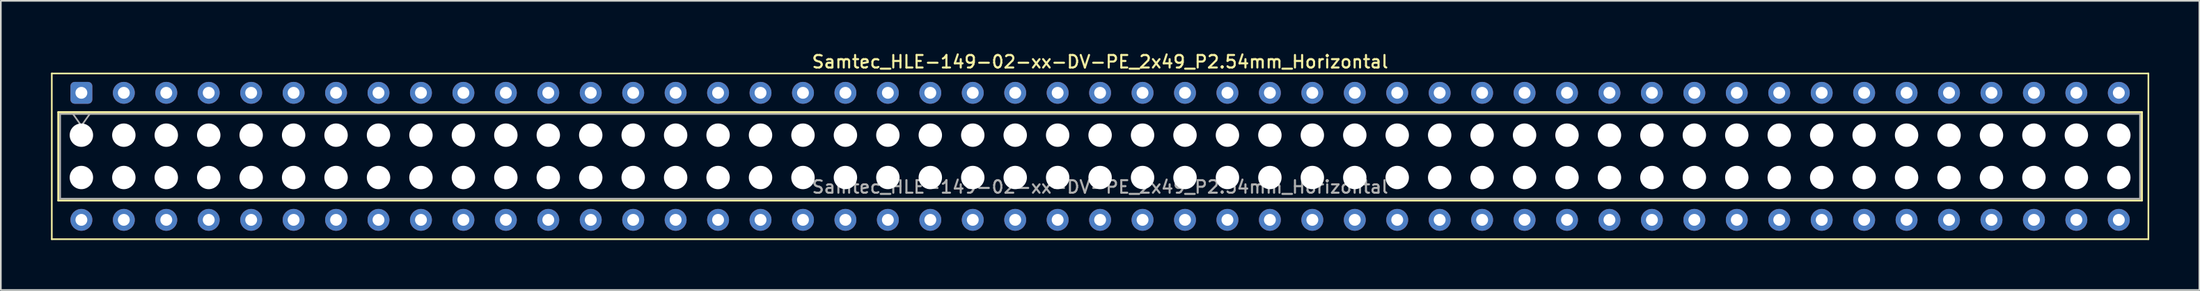
<source format=kicad_pcb>
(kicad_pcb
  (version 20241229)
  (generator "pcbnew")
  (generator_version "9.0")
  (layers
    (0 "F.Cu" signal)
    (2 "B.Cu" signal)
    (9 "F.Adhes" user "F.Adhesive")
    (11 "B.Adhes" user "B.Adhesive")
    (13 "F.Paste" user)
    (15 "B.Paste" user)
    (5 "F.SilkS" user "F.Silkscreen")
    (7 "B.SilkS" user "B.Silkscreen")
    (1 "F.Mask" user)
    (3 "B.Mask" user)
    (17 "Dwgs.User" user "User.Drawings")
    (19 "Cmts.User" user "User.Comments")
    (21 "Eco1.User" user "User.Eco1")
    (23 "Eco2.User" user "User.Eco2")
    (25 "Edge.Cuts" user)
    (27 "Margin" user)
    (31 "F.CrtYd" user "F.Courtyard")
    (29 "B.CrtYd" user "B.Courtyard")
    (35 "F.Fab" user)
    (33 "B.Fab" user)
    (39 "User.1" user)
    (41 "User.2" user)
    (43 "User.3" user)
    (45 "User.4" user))
  (footprint "Samtec_HLE-149-02-xx-DV-PE_2x49_P2.54mm_Horizontal"
    (layer "F.Cu")
    (at 1.82 2.518)
    (property "Reference" "Samtec_HLE-149-02-xx-DV-PE_2x49_P2.54mm_Horizontal" (at 60.96 -1.86 0) (layer "F.SilkS") (effects (font (size 0.75 0.75) (thickness 0.125))))
    (attr through_hole)
    (fp_line (start -1.77 -1.16) (end 123.69 -1.16) (stroke (width 0.1) (type solid)) (layer "F.SilkS"))
    (fp_line (start -1.77 8.78) (end -1.77 -1.16) (stroke (width 0.1) (type solid)) (layer "F.SilkS"))
    (fp_line (start -1.38 1.16) (end 123.3 1.16) (stroke (width 0.12) (type solid)) (layer "F.SilkS"))
    (fp_line (start -1.38 6.46) (end -1.38 1.16) (stroke (width 0.12) (type solid)) (layer "F.SilkS"))
    (fp_line (start 123.3 1.16) (end 123.3 6.46) (stroke (width 0.12) (type solid)) (layer "F.SilkS"))
    (fp_line (start 123.3 6.46) (end -1.38 6.46) (stroke (width 0.12) (type solid)) (layer "F.SilkS"))
    (fp_line (start 123.69 -1.16) (end 123.69 8.78) (stroke (width 0.1) (type solid)) (layer "F.SilkS"))
    (fp_line (start 123.69 8.78) (end -1.77 8.78) (stroke (width 0.1) (type solid)) (layer "F.SilkS"))
    (fp_line (start -1.27 1.27) (end 123.19 1.27) (stroke (width 0.1) (type solid)) (layer "F.Fab"))
    (fp_line (start -1.27 6.35) (end -1.27 1.27) (stroke (width 0.1) (type solid)) (layer "F.Fab"))
    (fp_line (start -0.5 1.27) (end 0 1.977) (stroke (width 0.1) (type solid)) (layer "F.Fab"))
    (fp_line (start 0 1.977) (end 0.5 1.27) (stroke (width 0.1) (type solid)) (layer "F.Fab"))
    (fp_line (start 123.19 1.27) (end 123.19 6.35) (stroke (width 0.1) (type solid)) (layer "F.Fab"))
    (fp_line (start 123.19 6.35) (end -1.27 6.35) (stroke (width 0.1) (type solid)) (layer "F.Fab"))
    (fp_text user "${REFERENCE}" (at 60.96 5.65 0) (layer "F.Fab") (effects (font (size 0.75 0.75) (thickness 0.125))))
    (pad "" np_thru_hole circle (at 0 2.54) (size 1.4 1.4) (drill 1.4) (layers "*.Cu" "*.Mask"))
    (pad "" np_thru_hole circle (at 0 5.08) (size 1.4 1.4) (drill 1.4) (layers "*.Cu" "*.Mask"))
    (pad "" np_thru_hole circle (at 2.54 2.54) (size 1.4 1.4) (drill 1.4) (layers "*.Cu" "*.Mask"))
    (pad "" np_thru_hole circle (at 2.54 5.08) (size 1.4 1.4) (drill 1.4) (layers "*.Cu" "*.Mask"))
    (pad "" np_thru_hole circle (at 5.08 2.54) (size 1.4 1.4) (drill 1.4) (layers "*.Cu" "*.Mask"))
    (pad "" np_thru_hole circle (at 5.08 5.08) (size 1.4 1.4) (drill 1.4) (layers "*.Cu" "*.Mask"))
    (pad "" np_thru_hole circle (at 7.62 2.54) (size 1.4 1.4) (drill 1.4) (layers "*.Cu" "*.Mask"))
    (pad "" np_thru_hole circle (at 7.62 5.08) (size 1.4 1.4) (drill 1.4) (layers "*.Cu" "*.Mask"))
    (pad "" np_thru_hole circle (at 10.16 2.54) (size 1.4 1.4) (drill 1.4) (layers "*.Cu" "*.Mask"))
    (pad "" np_thru_hole circle (at 10.16 5.08) (size 1.4 1.4) (drill 1.4) (layers "*.Cu" "*.Mask"))
    (pad "" np_thru_hole circle (at 12.7 2.54) (size 1.4 1.4) (drill 1.4) (layers "*.Cu" "*.Mask"))
    (pad "" np_thru_hole circle (at 12.7 5.08) (size 1.4 1.4) (drill 1.4) (layers "*.Cu" "*.Mask"))
    (pad "" np_thru_hole circle (at 15.24 2.54) (size 1.4 1.4) (drill 1.4) (layers "*.Cu" "*.Mask"))
    (pad "" np_thru_hole circle (at 15.24 5.08) (size 1.4 1.4) (drill 1.4) (layers "*.Cu" "*.Mask"))
    (pad "" np_thru_hole circle (at 17.78 2.54) (size 1.4 1.4) (drill 1.4) (layers "*.Cu" "*.Mask"))
    (pad "" np_thru_hole circle (at 17.78 5.08) (size 1.4 1.4) (drill 1.4) (layers "*.Cu" "*.Mask"))
    (pad "" np_thru_hole circle (at 20.32 2.54) (size 1.4 1.4) (drill 1.4) (layers "*.Cu" "*.Mask"))
    (pad "" np_thru_hole circle (at 20.32 5.08) (size 1.4 1.4) (drill 1.4) (layers "*.Cu" "*.Mask"))
    (pad "" np_thru_hole circle (at 22.86 2.54) (size 1.4 1.4) (drill 1.4) (layers "*.Cu" "*.Mask"))
    (pad "" np_thru_hole circle (at 22.86 5.08) (size 1.4 1.4) (drill 1.4) (layers "*.Cu" "*.Mask"))
    (pad "" np_thru_hole circle (at 25.4 2.54) (size 1.4 1.4) (drill 1.4) (layers "*.Cu" "*.Mask"))
    (pad "" np_thru_hole circle (at 25.4 5.08) (size 1.4 1.4) (drill 1.4) (layers "*.Cu" "*.Mask"))
    (pad "" np_thru_hole circle (at 27.94 2.54) (size 1.4 1.4) (drill 1.4) (layers "*.Cu" "*.Mask"))
    (pad "" np_thru_hole circle (at 27.94 5.08) (size 1.4 1.4) (drill 1.4) (layers "*.Cu" "*.Mask"))
    (pad "" np_thru_hole circle (at 30.48 2.54) (size 1.4 1.4) (drill 1.4) (layers "*.Cu" "*.Mask"))
    (pad "" np_thru_hole circle (at 30.48 5.08) (size 1.4 1.4) (drill 1.4) (layers "*.Cu" "*.Mask"))
    (pad "" np_thru_hole circle (at 33.02 2.54) (size 1.4 1.4) (drill 1.4) (layers "*.Cu" "*.Mask"))
    (pad "" np_thru_hole circle (at 33.02 5.08) (size 1.4 1.4) (drill 1.4) (layers "*.Cu" "*.Mask"))
    (pad "" np_thru_hole circle (at 35.56 2.54) (size 1.4 1.4) (drill 1.4) (layers "*.Cu" "*.Mask"))
    (pad "" np_thru_hole circle (at 35.56 5.08) (size 1.4 1.4) (drill 1.4) (layers "*.Cu" "*.Mask"))
    (pad "" np_thru_hole circle (at 38.1 2.54) (size 1.4 1.4) (drill 1.4) (layers "*.Cu" "*.Mask"))
    (pad "" np_thru_hole circle (at 38.1 5.08) (size 1.4 1.4) (drill 1.4) (layers "*.Cu" "*.Mask"))
    (pad "" np_thru_hole circle (at 40.64 2.54) (size 1.4 1.4) (drill 1.4) (layers "*.Cu" "*.Mask"))
    (pad "" np_thru_hole circle (at 40.64 5.08) (size 1.4 1.4) (drill 1.4) (layers "*.Cu" "*.Mask"))
    (pad "" np_thru_hole circle (at 43.18 2.54) (size 1.4 1.4) (drill 1.4) (layers "*.Cu" "*.Mask"))
    (pad "" np_thru_hole circle (at 43.18 5.08) (size 1.4 1.4) (drill 1.4) (layers "*.Cu" "*.Mask"))
    (pad "" np_thru_hole circle (at 45.72 2.54) (size 1.4 1.4) (drill 1.4) (layers "*.Cu" "*.Mask"))
    (pad "" np_thru_hole circle (at 45.72 5.08) (size 1.4 1.4) (drill 1.4) (layers "*.Cu" "*.Mask"))
    (pad "" np_thru_hole circle (at 48.26 2.54) (size 1.4 1.4) (drill 1.4) (layers "*.Cu" "*.Mask"))
    (pad "" np_thru_hole circle (at 48.26 5.08) (size 1.4 1.4) (drill 1.4) (layers "*.Cu" "*.Mask"))
    (pad "" np_thru_hole circle (at 50.8 2.54) (size 1.4 1.4) (drill 1.4) (layers "*.Cu" "*.Mask"))
    (pad "" np_thru_hole circle (at 50.8 5.08) (size 1.4 1.4) (drill 1.4) (layers "*.Cu" "*.Mask"))
    (pad "" np_thru_hole circle (at 53.34 2.54) (size 1.4 1.4) (drill 1.4) (layers "*.Cu" "*.Mask"))
    (pad "" np_thru_hole circle (at 53.34 5.08) (size 1.4 1.4) (drill 1.4) (layers "*.Cu" "*.Mask"))
    (pad "" np_thru_hole circle (at 55.88 2.54) (size 1.4 1.4) (drill 1.4) (layers "*.Cu" "*.Mask"))
    (pad "" np_thru_hole circle (at 55.88 5.08) (size 1.4 1.4) (drill 1.4) (layers "*.Cu" "*.Mask"))
    (pad "" np_thru_hole circle (at 58.42 2.54) (size 1.4 1.4) (drill 1.4) (layers "*.Cu" "*.Mask"))
    (pad "" np_thru_hole circle (at 58.42 5.08) (size 1.4 1.4) (drill 1.4) (layers "*.Cu" "*.Mask"))
    (pad "" np_thru_hole circle (at 60.96 2.54) (size 1.4 1.4) (drill 1.4) (layers "*.Cu" "*.Mask"))
    (pad "" np_thru_hole circle (at 60.96 5.08) (size 1.4 1.4) (drill 1.4) (layers "*.Cu" "*.Mask"))
    (pad "" np_thru_hole circle (at 63.5 2.54) (size 1.4 1.4) (drill 1.4) (layers "*.Cu" "*.Mask"))
    (pad "" np_thru_hole circle (at 63.5 5.08) (size 1.4 1.4) (drill 1.4) (layers "*.Cu" "*.Mask"))
    (pad "" np_thru_hole circle (at 66.04 2.54) (size 1.4 1.4) (drill 1.4) (layers "*.Cu" "*.Mask"))
    (pad "" np_thru_hole circle (at 66.04 5.08) (size 1.4 1.4) (drill 1.4) (layers "*.Cu" "*.Mask"))
    (pad "" np_thru_hole circle (at 68.58 2.54) (size 1.4 1.4) (drill 1.4) (layers "*.Cu" "*.Mask"))
    (pad "" np_thru_hole circle (at 68.58 5.08) (size 1.4 1.4) (drill 1.4) (layers "*.Cu" "*.Mask"))
    (pad "" np_thru_hole circle (at 71.12 2.54) (size 1.4 1.4) (drill 1.4) (layers "*.Cu" "*.Mask"))
    (pad "" np_thru_hole circle (at 71.12 5.08) (size 1.4 1.4) (drill 1.4) (layers "*.Cu" "*.Mask"))
    (pad "" np_thru_hole circle (at 73.66 2.54) (size 1.4 1.4) (drill 1.4) (layers "*.Cu" "*.Mask"))
    (pad "" np_thru_hole circle (at 73.66 5.08) (size 1.4 1.4) (drill 1.4) (layers "*.Cu" "*.Mask"))
    (pad "" np_thru_hole circle (at 76.2 2.54) (size 1.4 1.4) (drill 1.4) (layers "*.Cu" "*.Mask"))
    (pad "" np_thru_hole circle (at 76.2 5.08) (size 1.4 1.4) (drill 1.4) (layers "*.Cu" "*.Mask"))
    (pad "" np_thru_hole circle (at 78.74 2.54) (size 1.4 1.4) (drill 1.4) (layers "*.Cu" "*.Mask"))
    (pad "" np_thru_hole circle (at 78.74 5.08) (size 1.4 1.4) (drill 1.4) (layers "*.Cu" "*.Mask"))
    (pad "" np_thru_hole circle (at 81.28 2.54) (size 1.4 1.4) (drill 1.4) (layers "*.Cu" "*.Mask"))
    (pad "" np_thru_hole circle (at 81.28 5.08) (size 1.4 1.4) (drill 1.4) (layers "*.Cu" "*.Mask"))
    (pad "" np_thru_hole circle (at 83.82 2.54) (size 1.4 1.4) (drill 1.4) (layers "*.Cu" "*.Mask"))
    (pad "" np_thru_hole circle (at 83.82 5.08) (size 1.4 1.4) (drill 1.4) (layers "*.Cu" "*.Mask"))
    (pad "" np_thru_hole circle (at 86.36 2.54) (size 1.4 1.4) (drill 1.4) (layers "*.Cu" "*.Mask"))
    (pad "" np_thru_hole circle (at 86.36 5.08) (size 1.4 1.4) (drill 1.4) (layers "*.Cu" "*.Mask"))
    (pad "" np_thru_hole circle (at 88.9 2.54) (size 1.4 1.4) (drill 1.4) (layers "*.Cu" "*.Mask"))
    (pad "" np_thru_hole circle (at 88.9 5.08) (size 1.4 1.4) (drill 1.4) (layers "*.Cu" "*.Mask"))
    (pad "" np_thru_hole circle (at 91.44 2.54) (size 1.4 1.4) (drill 1.4) (layers "*.Cu" "*.Mask"))
    (pad "" np_thru_hole circle (at 91.44 5.08) (size 1.4 1.4) (drill 1.4) (layers "*.Cu" "*.Mask"))
    (pad "" np_thru_hole circle (at 93.98 2.54) (size 1.4 1.4) (drill 1.4) (layers "*.Cu" "*.Mask"))
    (pad "" np_thru_hole circle (at 93.98 5.08) (size 1.4 1.4) (drill 1.4) (layers "*.Cu" "*.Mask"))
    (pad "" np_thru_hole circle (at 96.52 2.54) (size 1.4 1.4) (drill 1.4) (layers "*.Cu" "*.Mask"))
    (pad "" np_thru_hole circle (at 96.52 5.08) (size 1.4 1.4) (drill 1.4) (layers "*.Cu" "*.Mask"))
    (pad "" np_thru_hole circle (at 99.06 2.54) (size 1.4 1.4) (drill 1.4) (layers "*.Cu" "*.Mask"))
    (pad "" np_thru_hole circle (at 99.06 5.08) (size 1.4 1.4) (drill 1.4) (layers "*.Cu" "*.Mask"))
    (pad "" np_thru_hole circle (at 101.6 2.54) (size 1.4 1.4) (drill 1.4) (layers "*.Cu" "*.Mask"))
    (pad "" np_thru_hole circle (at 101.6 5.08) (size 1.4 1.4) (drill 1.4) (layers "*.Cu" "*.Mask"))
    (pad "" np_thru_hole circle (at 104.14 2.54) (size 1.4 1.4) (drill 1.4) (layers "*.Cu" "*.Mask"))
    (pad "" np_thru_hole circle (at 104.14 5.08) (size 1.4 1.4) (drill 1.4) (layers "*.Cu" "*.Mask"))
    (pad "" np_thru_hole circle (at 106.68 2.54) (size 1.4 1.4) (drill 1.4) (layers "*.Cu" "*.Mask"))
    (pad "" np_thru_hole circle (at 106.68 5.08) (size 1.4 1.4) (drill 1.4) (layers "*.Cu" "*.Mask"))
    (pad "" np_thru_hole circle (at 109.22 2.54) (size 1.4 1.4) (drill 1.4) (layers "*.Cu" "*.Mask"))
    (pad "" np_thru_hole circle (at 109.22 5.08) (size 1.4 1.4) (drill 1.4) (layers "*.Cu" "*.Mask"))
    (pad "" np_thru_hole circle (at 111.76 2.54) (size 1.4 1.4) (drill 1.4) (layers "*.Cu" "*.Mask"))
    (pad "" np_thru_hole circle (at 111.76 5.08) (size 1.4 1.4) (drill 1.4) (layers "*.Cu" "*.Mask"))
    (pad "" np_thru_hole circle (at 114.3 2.54) (size 1.4 1.4) (drill 1.4) (layers "*.Cu" "*.Mask"))
    (pad "" np_thru_hole circle (at 114.3 5.08) (size 1.4 1.4) (drill 1.4) (layers "*.Cu" "*.Mask"))
    (pad "" np_thru_hole circle (at 116.84 2.54) (size 1.4 1.4) (drill 1.4) (layers "*.Cu" "*.Mask"))
    (pad "" np_thru_hole circle (at 116.84 5.08) (size 1.4 1.4) (drill 1.4) (layers "*.Cu" "*.Mask"))
    (pad "" np_thru_hole circle (at 119.38 2.54) (size 1.4 1.4) (drill 1.4) (layers "*.Cu" "*.Mask"))
    (pad "" np_thru_hole circle (at 119.38 5.08) (size 1.4 1.4) (drill 1.4) (layers "*.Cu" "*.Mask"))
    (pad "" np_thru_hole circle (at 121.92 2.54) (size 1.4 1.4) (drill 1.4) (layers "*.Cu" "*.Mask"))
    (pad "" np_thru_hole circle (at 121.92 5.08) (size 1.4 1.4) (drill 1.4) (layers "*.Cu" "*.Mask"))
    (pad "1" thru_hole roundrect (at 0 0) (size 1.31 1.31) (drill 0.71) (layers "*.Cu" "*.Mask") (roundrect_rratio 0.191))
    (pad "2" thru_hole circle (at 0 7.62) (size 1.31 1.31) (drill 0.71) (layers "*.Cu" "*.Mask"))
    (pad "3" thru_hole circle (at 2.54 0) (size 1.31 1.31) (drill 0.71) (layers "*.Cu" "*.Mask"))
    (pad "4" thru_hole circle (at 2.54 7.62) (size 1.31 1.31) (drill 0.71) (layers "*.Cu" "*.Mask"))
    (pad "5" thru_hole circle (at 5.08 0) (size 1.31 1.31) (drill 0.71) (layers "*.Cu" "*.Mask"))
    (pad "6" thru_hole circle (at 5.08 7.62) (size 1.31 1.31) (drill 0.71) (layers "*.Cu" "*.Mask"))
    (pad "7" thru_hole circle (at 7.62 0) (size 1.31 1.31) (drill 0.71) (layers "*.Cu" "*.Mask"))
    (pad "8" thru_hole circle (at 7.62 7.62) (size 1.31 1.31) (drill 0.71) (layers "*.Cu" "*.Mask"))
    (pad "9" thru_hole circle (at 10.16 0) (size 1.31 1.31) (drill 0.71) (layers "*.Cu" "*.Mask"))
    (pad "10" thru_hole circle (at 10.16 7.62) (size 1.31 1.31) (drill 0.71) (layers "*.Cu" "*.Mask"))
    (pad "11" thru_hole circle (at 12.7 0) (size 1.31 1.31) (drill 0.71) (layers "*.Cu" "*.Mask"))
    (pad "12" thru_hole circle (at 12.7 7.62) (size 1.31 1.31) (drill 0.71) (layers "*.Cu" "*.Mask"))
    (pad "13" thru_hole circle (at 15.24 0) (size 1.31 1.31) (drill 0.71) (layers "*.Cu" "*.Mask"))
    (pad "14" thru_hole circle (at 15.24 7.62) (size 1.31 1.31) (drill 0.71) (layers "*.Cu" "*.Mask"))
    (pad "15" thru_hole circle (at 17.78 0) (size 1.31 1.31) (drill 0.71) (layers "*.Cu" "*.Mask"))
    (pad "16" thru_hole circle (at 17.78 7.62) (size 1.31 1.31) (drill 0.71) (layers "*.Cu" "*.Mask"))
    (pad "17" thru_hole circle (at 20.32 0) (size 1.31 1.31) (drill 0.71) (layers "*.Cu" "*.Mask"))
    (pad "18" thru_hole circle (at 20.32 7.62) (size 1.31 1.31) (drill 0.71) (layers "*.Cu" "*.Mask"))
    (pad "19" thru_hole circle (at 22.86 0) (size 1.31 1.31) (drill 0.71) (layers "*.Cu" "*.Mask"))
    (pad "20" thru_hole circle (at 22.86 7.62) (size 1.31 1.31) (drill 0.71) (layers "*.Cu" "*.Mask"))
    (pad "21" thru_hole circle (at 25.4 0) (size 1.31 1.31) (drill 0.71) (layers "*.Cu" "*.Mask"))
    (pad "22" thru_hole circle (at 25.4 7.62) (size 1.31 1.31) (drill 0.71) (layers "*.Cu" "*.Mask"))
    (pad "23" thru_hole circle (at 27.94 0) (size 1.31 1.31) (drill 0.71) (layers "*.Cu" "*.Mask"))
    (pad "24" thru_hole circle (at 27.94 7.62) (size 1.31 1.31) (drill 0.71) (layers "*.Cu" "*.Mask"))
    (pad "25" thru_hole circle (at 30.48 0) (size 1.31 1.31) (drill 0.71) (layers "*.Cu" "*.Mask"))
    (pad "26" thru_hole circle (at 30.48 7.62) (size 1.31 1.31) (drill 0.71) (layers "*.Cu" "*.Mask"))
    (pad "27" thru_hole circle (at 33.02 0) (size 1.31 1.31) (drill 0.71) (layers "*.Cu" "*.Mask"))
    (pad "28" thru_hole circle (at 33.02 7.62) (size 1.31 1.31) (drill 0.71) (layers "*.Cu" "*.Mask"))
    (pad "29" thru_hole circle (at 35.56 0) (size 1.31 1.31) (drill 0.71) (layers "*.Cu" "*.Mask"))
    (pad "30" thru_hole circle (at 35.56 7.62) (size 1.31 1.31) (drill 0.71) (layers "*.Cu" "*.Mask"))
    (pad "31" thru_hole circle (at 38.1 0) (size 1.31 1.31) (drill 0.71) (layers "*.Cu" "*.Mask"))
    (pad "32" thru_hole circle (at 38.1 7.62) (size 1.31 1.31) (drill 0.71) (layers "*.Cu" "*.Mask"))
    (pad "33" thru_hole circle (at 40.64 0) (size 1.31 1.31) (drill 0.71) (layers "*.Cu" "*.Mask"))
    (pad "34" thru_hole circle (at 40.64 7.62) (size 1.31 1.31) (drill 0.71) (layers "*.Cu" "*.Mask"))
    (pad "35" thru_hole circle (at 43.18 0) (size 1.31 1.31) (drill 0.71) (layers "*.Cu" "*.Mask"))
    (pad "36" thru_hole circle (at 43.18 7.62) (size 1.31 1.31) (drill 0.71) (layers "*.Cu" "*.Mask"))
    (pad "37" thru_hole circle (at 45.72 0) (size 1.31 1.31) (drill 0.71) (layers "*.Cu" "*.Mask"))
    (pad "38" thru_hole circle (at 45.72 7.62) (size 1.31 1.31) (drill 0.71) (layers "*.Cu" "*.Mask"))
    (pad "39" thru_hole circle (at 48.26 0) (size 1.31 1.31) (drill 0.71) (layers "*.Cu" "*.Mask"))
    (pad "40" thru_hole circle (at 48.26 7.62) (size 1.31 1.31) (drill 0.71) (layers "*.Cu" "*.Mask"))
    (pad "41" thru_hole circle (at 50.8 0) (size 1.31 1.31) (drill 0.71) (layers "*.Cu" "*.Mask"))
    (pad "42" thru_hole circle (at 50.8 7.62) (size 1.31 1.31) (drill 0.71) (layers "*.Cu" "*.Mask"))
    (pad "43" thru_hole circle (at 53.34 0) (size 1.31 1.31) (drill 0.71) (layers "*.Cu" "*.Mask"))
    (pad "44" thru_hole circle (at 53.34 7.62) (size 1.31 1.31) (drill 0.71) (layers "*.Cu" "*.Mask"))
    (pad "45" thru_hole circle (at 55.88 0) (size 1.31 1.31) (drill 0.71) (layers "*.Cu" "*.Mask"))
    (pad "46" thru_hole circle (at 55.88 7.62) (size 1.31 1.31) (drill 0.71) (layers "*.Cu" "*.Mask"))
    (pad "47" thru_hole circle (at 58.42 0) (size 1.31 1.31) (drill 0.71) (layers "*.Cu" "*.Mask"))
    (pad "48" thru_hole circle (at 58.42 7.62) (size 1.31 1.31) (drill 0.71) (layers "*.Cu" "*.Mask"))
    (pad "49" thru_hole circle (at 60.96 0) (size 1.31 1.31) (drill 0.71) (layers "*.Cu" "*.Mask"))
    (pad "50" thru_hole circle (at 60.96 7.62) (size 1.31 1.31) (drill 0.71) (layers "*.Cu" "*.Mask"))
    (pad "51" thru_hole circle (at 63.5 0) (size 1.31 1.31) (drill 0.71) (layers "*.Cu" "*.Mask"))
    (pad "52" thru_hole circle (at 63.5 7.62) (size 1.31 1.31) (drill 0.71) (layers "*.Cu" "*.Mask"))
    (pad "53" thru_hole circle (at 66.04 0) (size 1.31 1.31) (drill 0.71) (layers "*.Cu" "*.Mask"))
    (pad "54" thru_hole circle (at 66.04 7.62) (size 1.31 1.31) (drill 0.71) (layers "*.Cu" "*.Mask"))
    (pad "55" thru_hole circle (at 68.58 0) (size 1.31 1.31) (drill 0.71) (layers "*.Cu" "*.Mask"))
    (pad "56" thru_hole circle (at 68.58 7.62) (size 1.31 1.31) (drill 0.71) (layers "*.Cu" "*.Mask"))
    (pad "57" thru_hole circle (at 71.12 0) (size 1.31 1.31) (drill 0.71) (layers "*.Cu" "*.Mask"))
    (pad "58" thru_hole circle (at 71.12 7.62) (size 1.31 1.31) (drill 0.71) (layers "*.Cu" "*.Mask"))
    (pad "59" thru_hole circle (at 73.66 0) (size 1.31 1.31) (drill 0.71) (layers "*.Cu" "*.Mask"))
    (pad "60" thru_hole circle (at 73.66 7.62) (size 1.31 1.31) (drill 0.71) (layers "*.Cu" "*.Mask"))
    (pad "61" thru_hole circle (at 76.2 0) (size 1.31 1.31) (drill 0.71) (layers "*.Cu" "*.Mask"))
    (pad "62" thru_hole circle (at 76.2 7.62) (size 1.31 1.31) (drill 0.71) (layers "*.Cu" "*.Mask"))
    (pad "63" thru_hole circle (at 78.74 0) (size 1.31 1.31) (drill 0.71) (layers "*.Cu" "*.Mask"))
    (pad "64" thru_hole circle (at 78.74 7.62) (size 1.31 1.31) (drill 0.71) (layers "*.Cu" "*.Mask"))
    (pad "65" thru_hole circle (at 81.28 0) (size 1.31 1.31) (drill 0.71) (layers "*.Cu" "*.Mask"))
    (pad "66" thru_hole circle (at 81.28 7.62) (size 1.31 1.31) (drill 0.71) (layers "*.Cu" "*.Mask"))
    (pad "67" thru_hole circle (at 83.82 0) (size 1.31 1.31) (drill 0.71) (layers "*.Cu" "*.Mask"))
    (pad "68" thru_hole circle (at 83.82 7.62) (size 1.31 1.31) (drill 0.71) (layers "*.Cu" "*.Mask"))
    (pad "69" thru_hole circle (at 86.36 0) (size 1.31 1.31) (drill 0.71) (layers "*.Cu" "*.Mask"))
    (pad "70" thru_hole circle (at 86.36 7.62) (size 1.31 1.31) (drill 0.71) (layers "*.Cu" "*.Mask"))
    (pad "71" thru_hole circle (at 88.9 0) (size 1.31 1.31) (drill 0.71) (layers "*.Cu" "*.Mask"))
    (pad "72" thru_hole circle (at 88.9 7.62) (size 1.31 1.31) (drill 0.71) (layers "*.Cu" "*.Mask"))
    (pad "73" thru_hole circle (at 91.44 0) (size 1.31 1.31) (drill 0.71) (layers "*.Cu" "*.Mask"))
    (pad "74" thru_hole circle (at 91.44 7.62) (size 1.31 1.31) (drill 0.71) (layers "*.Cu" "*.Mask"))
    (pad "75" thru_hole circle (at 93.98 0) (size 1.31 1.31) (drill 0.71) (layers "*.Cu" "*.Mask"))
    (pad "76" thru_hole circle (at 93.98 7.62) (size 1.31 1.31) (drill 0.71) (layers "*.Cu" "*.Mask"))
    (pad "77" thru_hole circle (at 96.52 0) (size 1.31 1.31) (drill 0.71) (layers "*.Cu" "*.Mask"))
    (pad "78" thru_hole circle (at 96.52 7.62) (size 1.31 1.31) (drill 0.71) (layers "*.Cu" "*.Mask"))
    (pad "79" thru_hole circle (at 99.06 0) (size 1.31 1.31) (drill 0.71) (layers "*.Cu" "*.Mask"))
    (pad "80" thru_hole circle (at 99.06 7.62) (size 1.31 1.31) (drill 0.71) (layers "*.Cu" "*.Mask"))
    (pad "81" thru_hole circle (at 101.6 0) (size 1.31 1.31) (drill 0.71) (layers "*.Cu" "*.Mask"))
    (pad "82" thru_hole circle (at 101.6 7.62) (size 1.31 1.31) (drill 0.71) (layers "*.Cu" "*.Mask"))
    (pad "83" thru_hole circle (at 104.14 0) (size 1.31 1.31) (drill 0.71) (layers "*.Cu" "*.Mask"))
    (pad "84" thru_hole circle (at 104.14 7.62) (size 1.31 1.31) (drill 0.71) (layers "*.Cu" "*.Mask"))
    (pad "85" thru_hole circle (at 106.68 0) (size 1.31 1.31) (drill 0.71) (layers "*.Cu" "*.Mask"))
    (pad "86" thru_hole circle (at 106.68 7.62) (size 1.31 1.31) (drill 0.71) (layers "*.Cu" "*.Mask"))
    (pad "87" thru_hole circle (at 109.22 0) (size 1.31 1.31) (drill 0.71) (layers "*.Cu" "*.Mask"))
    (pad "88" thru_hole circle (at 109.22 7.62) (size 1.31 1.31) (drill 0.71) (layers "*.Cu" "*.Mask"))
    (pad "89" thru_hole circle (at 111.76 0) (size 1.31 1.31) (drill 0.71) (layers "*.Cu" "*.Mask"))
    (pad "90" thru_hole circle (at 111.76 7.62) (size 1.31 1.31) (drill 0.71) (layers "*.Cu" "*.Mask"))
    (pad "91" thru_hole circle (at 114.3 0) (size 1.31 1.31) (drill 0.71) (layers "*.Cu" "*.Mask"))
    (pad "92" thru_hole circle (at 114.3 7.62) (size 1.31 1.31) (drill 0.71) (layers "*.Cu" "*.Mask"))
    (pad "93" thru_hole circle (at 116.84 0) (size 1.31 1.31) (drill 0.71) (layers "*.Cu" "*.Mask"))
    (pad "94" thru_hole circle (at 116.84 7.62) (size 1.31 1.31) (drill 0.71) (layers "*.Cu" "*.Mask"))
    (pad "95" thru_hole circle (at 119.38 0) (size 1.31 1.31) (drill 0.71) (layers "*.Cu" "*.Mask"))
    (pad "96" thru_hole circle (at 119.38 7.62) (size 1.31 1.31) (drill 0.71) (layers "*.Cu" "*.Mask"))
    (pad "97" thru_hole circle (at 121.92 0) (size 1.31 1.31) (drill 0.71) (layers "*.Cu" "*.Mask"))
    (pad "98" thru_hole circle (at 121.92 7.62) (size 1.31 1.31) (drill 0.71) (layers "*.Cu" "*.Mask")))
  (gr_rect
    (start -3 -3)
    (end 128.56 14.348)
    (stroke (width 0.1) (type default))
    (fill no)
    (layer "Edge.Cuts")))
</source>
